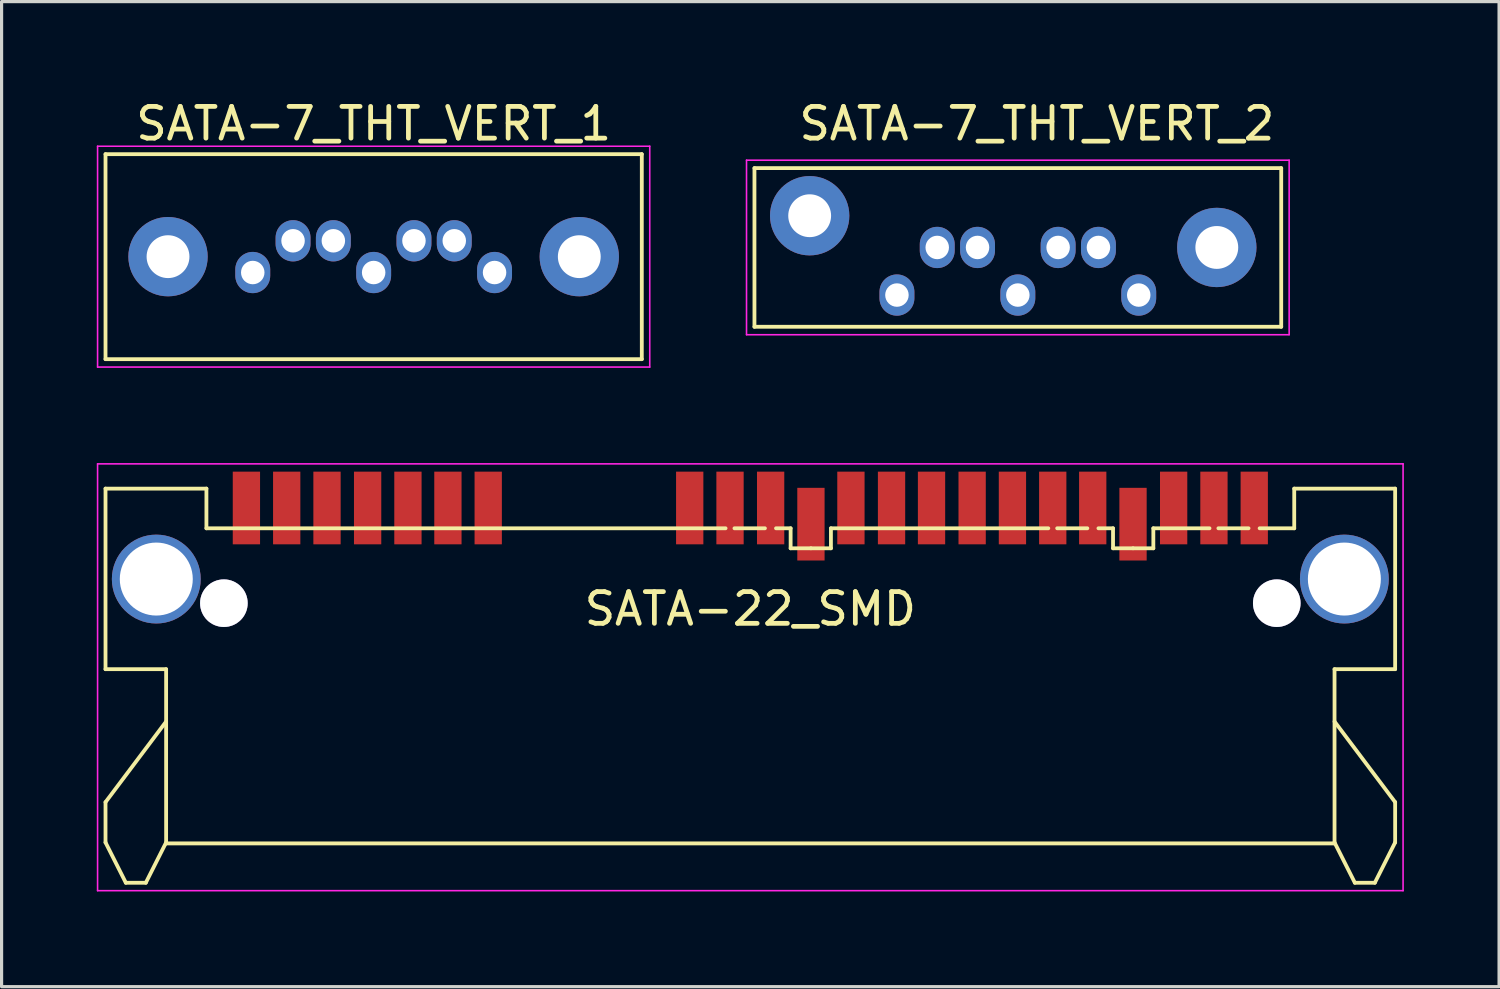
<source format=kicad_pcb>
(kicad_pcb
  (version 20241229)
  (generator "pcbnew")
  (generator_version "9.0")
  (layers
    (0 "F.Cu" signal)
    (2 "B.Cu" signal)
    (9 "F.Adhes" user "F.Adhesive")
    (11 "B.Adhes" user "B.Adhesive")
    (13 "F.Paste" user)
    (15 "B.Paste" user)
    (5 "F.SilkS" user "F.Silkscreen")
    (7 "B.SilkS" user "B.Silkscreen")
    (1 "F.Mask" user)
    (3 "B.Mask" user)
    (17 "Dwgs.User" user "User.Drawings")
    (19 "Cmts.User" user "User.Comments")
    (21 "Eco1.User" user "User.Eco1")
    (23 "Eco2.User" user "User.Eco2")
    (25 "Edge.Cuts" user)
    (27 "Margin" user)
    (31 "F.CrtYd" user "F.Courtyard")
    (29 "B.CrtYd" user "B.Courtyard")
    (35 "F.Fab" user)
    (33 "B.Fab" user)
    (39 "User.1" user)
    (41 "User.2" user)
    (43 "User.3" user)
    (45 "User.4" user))
  (footprint "SATA-7_THT_VERT_2"
    (layer "F.Cu")
    (at 32.835 6.248)
    (property "Reference" "SATA-7_THT_VERT_2" (at -3.21 -5.4 0) (layer "F.SilkS") (effects (font (size 1 1) (thickness 0.15))))
    (attr through_hole)
    (fp_line (start -12.11 -4) (end 4.49 -4) (stroke (width 0.12) (type solid)) (layer "F.SilkS"))
    (fp_line (start -12.11 1) (end -12.11 -4) (stroke (width 0.12) (type solid)) (layer "F.SilkS"))
    (fp_line (start 4.49 -4) (end 4.49 1) (stroke (width 0.12) (type solid)) (layer "F.SilkS"))
    (fp_line (start 4.49 1) (end -12.11 1) (stroke (width 0.12) (type solid)) (layer "F.SilkS"))
    (fp_line (start -12.36 -4.25) (end -12.36 1.25) (stroke (width 0.05) (type solid)) (layer "F.CrtYd"))
    (fp_line (start -12.36 -4.25) (end 4.74 -4.25) (stroke (width 0.05) (type solid)) (layer "F.CrtYd"))
    (fp_line (start 4.74 1.25) (end -12.36 1.25) (stroke (width 0.05) (type solid)) (layer "F.CrtYd"))
    (fp_line (start 4.74 1.25) (end 4.74 -4.25) (stroke (width 0.05) (type solid)) (layer "F.CrtYd"))
    (pad "1" thru_hole oval (at 0 0) (size 1.1 1.3) (drill 0.74) (layers "*.Cu" "*.Mask"))
    (pad "2" thru_hole oval (at -1.27 -1.5) (size 1.1 1.3) (drill 0.74) (layers "*.Cu" "*.Mask"))
    (pad "3" thru_hole oval (at -2.54 -1.5) (size 1.1 1.3) (drill 0.74) (layers "*.Cu" "*.Mask"))
    (pad "4" thru_hole oval (at -3.81 0) (size 1.1 1.3) (drill 0.74) (layers "*.Cu" "*.Mask"))
    (pad "5" thru_hole oval (at -5.08 -1.5) (size 1.1 1.3) (drill 0.74) (layers "*.Cu" "*.Mask"))
    (pad "6" thru_hole oval (at -6.35 -1.5) (size 1.1 1.3) (drill 0.74) (layers "*.Cu" "*.Mask"))
    (pad "7" thru_hole oval (at -7.62 0) (size 1.1 1.3) (drill 0.74) (layers "*.Cu" "*.Mask"))
    (pad "8" thru_hole circle (at -10.37 -2.5) (size 2.5 2.5) (drill 1.35) (layers "*.Cu" "*.Mask"))
    (pad "9" thru_hole circle (at 2.46 -1.5) (size 2.5 2.5) (drill 1.35) (layers "*.Cu" "*.Mask")))
  (footprint "SATA-7_THT_VERT_1"
    (layer "F.Cu")
    (at 12.535 5.538)
    (property "Reference" "SATA-7_THT_VERT_1" (at -3.81 -4.69 0) (layer "F.SilkS") (effects (font (size 1 1) (thickness 0.15))))
    (attr through_hole)
    (fp_line (start -12.26 -3.73) (end 4.64 -3.73) (stroke (width 0.12) (type solid)) (layer "F.SilkS"))
    (fp_line (start -12.26 2.73) (end -12.26 -3.73) (stroke (width 0.12) (type solid)) (layer "F.SilkS"))
    (fp_line (start 4.64 -3.73) (end 4.64 2.73) (stroke (width 0.12) (type solid)) (layer "F.SilkS"))
    (fp_line (start 4.64 2.73) (end -12.26 2.73) (stroke (width 0.12) (type solid)) (layer "F.SilkS"))
    (fp_line (start -12.51 -3.98) (end -12.51 2.98) (stroke (width 0.05) (type solid)) (layer "F.CrtYd"))
    (fp_line (start -12.51 -3.98) (end 4.89 -3.98) (stroke (width 0.05) (type solid)) (layer "F.CrtYd"))
    (fp_line (start 4.89 2.98) (end -12.51 2.98) (stroke (width 0.05) (type solid)) (layer "F.CrtYd"))
    (fp_line (start 4.89 2.98) (end 4.89 -3.98) (stroke (width 0.05) (type solid)) (layer "F.CrtYd"))
    (pad "1" thru_hole oval (at 0 0) (size 1.1 1.3) (drill 0.74) (layers "*.Cu" "*.Mask"))
    (pad "2" thru_hole oval (at -1.27 -1) (size 1.1 1.3) (drill 0.74) (layers "*.Cu" "*.Mask"))
    (pad "3" thru_hole oval (at -2.54 -1) (size 1.1 1.3) (drill 0.74) (layers "*.Cu" "*.Mask"))
    (pad "4" thru_hole oval (at -3.81 0) (size 1.1 1.3) (drill 0.74) (layers "*.Cu" "*.Mask"))
    (pad "5" thru_hole oval (at -5.08 -1) (size 1.1 1.3) (drill 0.74) (layers "*.Cu" "*.Mask"))
    (pad "6" thru_hole oval (at -6.35 -1) (size 1.1 1.3) (drill 0.74) (layers "*.Cu" "*.Mask"))
    (pad "7" thru_hole oval (at -7.62 0) (size 1.1 1.3) (drill 0.74) (layers "*.Cu" "*.Mask"))
    (pad "8" thru_hole circle (at -10.29 -0.5) (size 2.5 2.5) (drill 1.35) (layers "*.Cu" "*.Mask"))
    (pad "9" thru_hole circle (at 2.67 -0.5) (size 2.5 2.5) (drill 1.35) (layers "*.Cu" "*.Mask")))
  (footprint "SATA-22_SMD"
    (layer "F.Cu")
    (at 20.595 14.458)
    (property "Reference" "SATA-22_SMD" (at 0 1.68 0) (layer "F.SilkS") (effects (font (size 1 1) (thickness 0.15))))
    (attr smd)
    (fp_line (start -20.32 -2.11) (end -20.32 3.58) (stroke (width 0.12) (type solid)) (layer "F.SilkS"))
    (fp_line (start -20.32 3.58) (end -18.41 3.58) (stroke (width 0.12) (type solid)) (layer "F.SilkS"))
    (fp_line (start -20.32 7.77) (end -18.41 5.23) (stroke (width 0.12) (type solid)) (layer "F.SilkS"))
    (fp_line (start -20.32 9.04) (end -20.32 7.77) (stroke (width 0.12) (type solid)) (layer "F.SilkS"))
    (fp_line (start -19.68 10.31) (end -20.32 9.04) (stroke (width 0.12) (type solid)) (layer "F.SilkS"))
    (fp_line (start -19.05 10.31) (end -19.68 10.31) (stroke (width 0.12) (type solid)) (layer "F.SilkS"))
    (fp_line (start -18.41 3.58) (end -18.41 9.07) (stroke (width 0.12) (type solid)) (layer "F.SilkS"))
    (fp_line (start -18.41 9.04) (end -19.05 10.31) (stroke (width 0.12) (type solid)) (layer "F.SilkS"))
    (fp_line (start -18.41 9.07) (end 18.41 9.07) (stroke (width 0.12) (type solid)) (layer "F.SilkS"))
    (fp_line (start -17.14 -2.11) (end -20.32 -2.11) (stroke (width 0.12) (type solid)) (layer "F.SilkS"))
    (fp_line (start -17.14 -2.11) (end -17.14 -0.86) (stroke (width 0.12) (type solid)) (layer "F.SilkS"))
    (fp_line (start -17.14 -0.86) (end -0.78 -0.86) (stroke (width 0.12) (type solid)) (layer "F.SilkS"))
    (fp_line (start -0.5 -0.86) (end 0.46 -0.86) (stroke (width 0.12) (type solid)) (layer "F.SilkS"))
    (fp_line (start 0.81 -0.86) (end 1.27 -0.86) (stroke (width 0.12) (type solid)) (layer "F.SilkS"))
    (fp_line (start 1.27 -0.86) (end 1.27 -0.23) (stroke (width 0.12) (type solid)) (layer "F.SilkS"))
    (fp_line (start 1.27 -0.23) (end 1.91 -0.23) (stroke (width 0.12) (type solid)) (layer "F.SilkS"))
    (fp_line (start 1.91 -0.23) (end 2.54 -0.23) (stroke (width 0.12) (type solid)) (layer "F.SilkS"))
    (fp_line (start 2.54 -0.86) (end 9.39 -0.86) (stroke (width 0.12) (type solid)) (layer "F.SilkS"))
    (fp_line (start 2.54 -0.23) (end 2.54 -0.86) (stroke (width 0.12) (type solid)) (layer "F.SilkS"))
    (fp_line (start 9.67 -0.86) (end 10.62 -0.86) (stroke (width 0.12) (type solid)) (layer "F.SilkS"))
    (fp_line (start 10.97 -0.86) (end 11.43 -0.86) (stroke (width 0.12) (type solid)) (layer "F.SilkS"))
    (fp_line (start 11.43 -0.86) (end 11.43 -0.23) (stroke (width 0.12) (type solid)) (layer "F.SilkS"))
    (fp_line (start 11.43 -0.23) (end 12.06 -0.23) (stroke (width 0.12) (type solid)) (layer "F.SilkS"))
    (fp_line (start 12.06 -0.23) (end 12.7 -0.23) (stroke (width 0.12) (type solid)) (layer "F.SilkS"))
    (fp_line (start 12.7 -0.86) (end 14.47 -0.86) (stroke (width 0.12) (type solid)) (layer "F.SilkS"))
    (fp_line (start 12.7 -0.23) (end 12.7 -0.86) (stroke (width 0.12) (type solid)) (layer "F.SilkS"))
    (fp_line (start 14.75 -0.86) (end 15.7 -0.86) (stroke (width 0.12) (type solid)) (layer "F.SilkS"))
    (fp_line (start 16.05 -0.86) (end 17.14 -0.86) (stroke (width 0.12) (type solid)) (layer "F.SilkS"))
    (fp_line (start 17.14 -2.11) (end 17.14 -0.86) (stroke (width 0.12) (type solid)) (layer "F.SilkS"))
    (fp_line (start 18.41 3.58) (end 20.32 3.58) (stroke (width 0.12) (type solid)) (layer "F.SilkS"))
    (fp_line (start 18.41 9.04) (end 19.05 10.31) (stroke (width 0.12) (type solid)) (layer "F.SilkS"))
    (fp_line (start 18.41 9.07) (end 18.41 3.58) (stroke (width 0.12) (type solid)) (layer "F.SilkS"))
    (fp_line (start 19.05 10.31) (end 19.68 10.31) (stroke (width 0.12) (type solid)) (layer "F.SilkS"))
    (fp_line (start 19.68 10.31) (end 20.32 9.04) (stroke (width 0.12) (type solid)) (layer "F.SilkS"))
    (fp_line (start 20.32 -2.11) (end 17.14 -2.11) (stroke (width 0.12) (type solid)) (layer "F.SilkS"))
    (fp_line (start 20.32 3.58) (end 20.32 -2.11) (stroke (width 0.12) (type solid)) (layer "F.SilkS"))
    (fp_line (start 20.32 7.77) (end 18.41 5.23) (stroke (width 0.12) (type solid)) (layer "F.SilkS"))
    (fp_line (start 20.32 9.04) (end 20.32 7.77) (stroke (width 0.12) (type solid)) (layer "F.SilkS"))
    (fp_line (start -20.57 -2.89) (end -20.57 10.56) (stroke (width 0.05) (type solid)) (layer "F.CrtYd"))
    (fp_line (start -20.57 -2.89) (end 20.57 -2.89) (stroke (width 0.05) (type solid)) (layer "F.CrtYd"))
    (fp_line (start 20.57 10.56) (end -20.57 10.56) (stroke (width 0.05) (type solid)) (layer "F.CrtYd"))
    (fp_line (start 20.57 10.56) (end 20.57 -2.89) (stroke (width 0.05) (type solid)) (layer "F.CrtYd"))
    (pad "" thru_hole circle (at -18.72 0.74) (size 2.8 2.8) (drill 2.3) (layers "*.Cu" "*.Mask"))
    (pad "" thru_hole circle (at -16.59 1.5) (size 1.5 1.5) (drill 1.5) (layers "*.Cu" "*.Mask"))
    (pad "" thru_hole circle (at 16.59 1.5) (size 1.5 1.5) (drill 1.5) (layers "*.Cu" "*.Mask"))
    (pad "" thru_hole circle (at 18.72 0.74) (size 2.8 2.8) (drill 2.3) (layers "*.Cu" "*.Mask"))
    (pad "1" smd rect (at -15.88 -1.5) (size 0.86 2.29) (layers "F.Cu" "F.Mask" "F.Paste"))
    (pad "2" smd rect (at -14.61 -1.5) (size 0.86 2.29) (layers "F.Cu" "F.Mask" "F.Paste"))
    (pad "3" smd rect (at -13.34 -1.5) (size 0.86 2.29) (layers "F.Cu" "F.Mask" "F.Paste"))
    (pad "4" smd rect (at -12.06 -1.5) (size 0.86 2.29) (layers "F.Cu" "F.Mask" "F.Paste"))
    (pad "5" smd rect (at -10.79 -1.5) (size 0.86 2.29) (layers "F.Cu" "F.Mask" "F.Paste"))
    (pad "6" smd rect (at -9.53 -1.5) (size 0.86 2.29) (layers "F.Cu" "F.Mask" "F.Paste"))
    (pad "7" smd rect (at -8.26 -1.5) (size 0.86 2.29) (layers "F.Cu" "F.Mask" "F.Paste"))
    (pad "8" smd rect (at -1.91 -1.5) (size 0.86 2.29) (layers "F.Cu" "F.Mask" "F.Paste"))
    (pad "9" smd rect (at -0.64 -1.5) (size 0.86 2.29) (layers "F.Cu" "F.Mask" "F.Paste"))
    (pad "10" smd rect (at 0.64 -1.5) (size 0.86 2.29) (layers "F.Cu" "F.Mask" "F.Paste"))
    (pad "11" smd rect (at 1.91 -0.99) (size 0.86 2.29) (layers "F.Cu" "F.Mask" "F.Paste"))
    (pad "12" smd rect (at 3.17 -1.5) (size 0.86 2.29) (layers "F.Cu" "F.Mask" "F.Paste"))
    (pad "13" smd rect (at 4.45 -1.5) (size 0.86 2.29) (layers "F.Cu" "F.Mask" "F.Paste"))
    (pad "14" smd rect (at 5.71 -1.5) (size 0.86 2.29) (layers "F.Cu" "F.Mask" "F.Paste"))
    (pad "15" smd rect (at 6.99 -1.5) (size 0.86 2.29) (layers "F.Cu" "F.Mask" "F.Paste"))
    (pad "16" smd rect (at 8.26 -1.5) (size 0.86 2.29) (layers "F.Cu" "F.Mask" "F.Paste"))
    (pad "17" smd rect (at 9.53 -1.5) (size 0.86 2.29) (layers "F.Cu" "F.Mask" "F.Paste"))
    (pad "18" smd rect (at 10.79 -1.5) (size 0.86 2.29) (layers "F.Cu" "F.Mask" "F.Paste"))
    (pad "19" smd rect (at 12.06 -0.99) (size 0.86 2.29) (layers "F.Cu" "F.Mask" "F.Paste"))
    (pad "20" smd rect (at 13.34 -1.5) (size 0.86 2.29) (layers "F.Cu" "F.Mask" "F.Paste"))
    (pad "21" smd rect (at 14.61 -1.5) (size 0.86 2.29) (layers "F.Cu" "F.Mask" "F.Paste"))
    (pad "22" smd rect (at 15.88 -1.5) (size 0.86 2.29) (layers "F.Cu" "F.Mask" "F.Paste")))
  (gr_rect
    (start -3 -3)
    (end 44.19 28.043)
    (stroke (width 0.1) (type default))
    (fill no)
    (layer "Edge.Cuts")))
</source>
